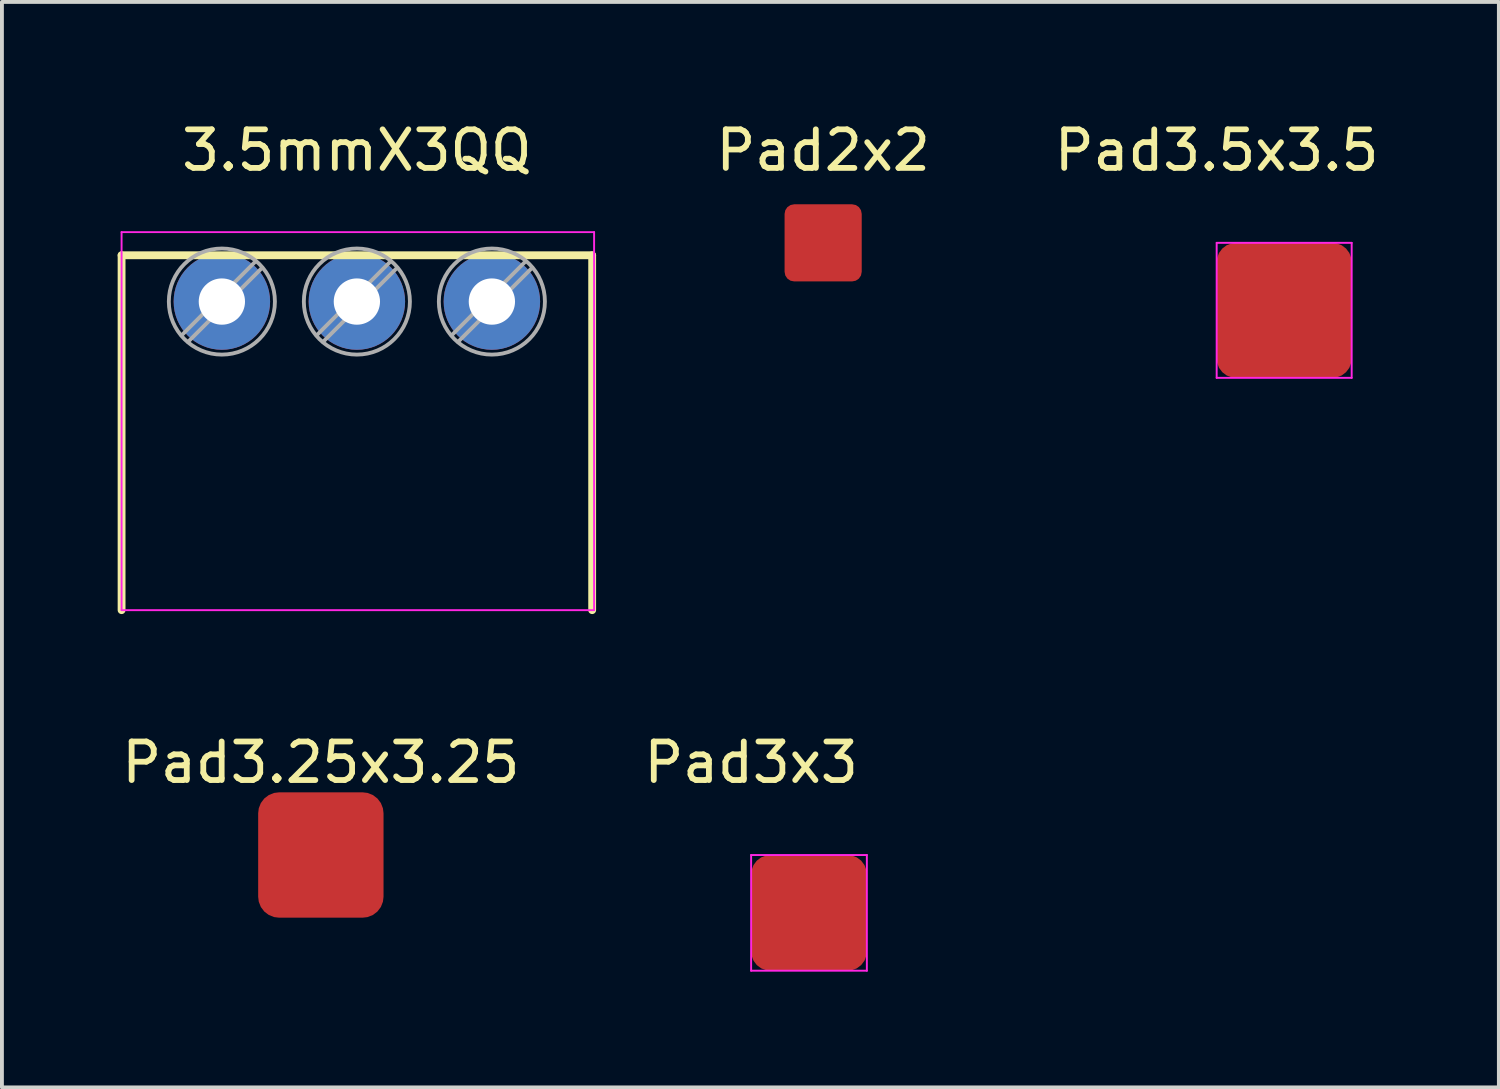
<source format=kicad_pcb>
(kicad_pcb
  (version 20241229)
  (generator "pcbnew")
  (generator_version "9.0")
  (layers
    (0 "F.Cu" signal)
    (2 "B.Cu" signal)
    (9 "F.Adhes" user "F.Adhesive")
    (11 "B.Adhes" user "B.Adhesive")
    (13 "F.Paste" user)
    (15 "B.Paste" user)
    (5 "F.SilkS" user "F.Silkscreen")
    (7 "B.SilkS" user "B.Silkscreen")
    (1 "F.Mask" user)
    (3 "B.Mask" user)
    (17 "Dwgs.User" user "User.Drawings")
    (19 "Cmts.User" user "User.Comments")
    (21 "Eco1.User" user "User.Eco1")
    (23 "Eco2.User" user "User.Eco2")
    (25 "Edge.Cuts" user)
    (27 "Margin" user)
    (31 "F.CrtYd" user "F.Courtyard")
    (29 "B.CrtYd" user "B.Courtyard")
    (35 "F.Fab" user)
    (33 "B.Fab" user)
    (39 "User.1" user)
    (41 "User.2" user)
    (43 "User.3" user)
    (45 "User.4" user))
  (footprint "3.5mmX3QQ"
    (layer "F.Cu")
    (at 2.702 4.768)
    (property "Reference" "3.5mmX3QQ" (at 3.5 -3.92 0) (layer "F.SilkS") (effects (font (size 1 1) (thickness 0.15))))
    (attr through_hole)
    (fp_line (start -2.6 -1.2) (end -2.6 8) (stroke (width 0.203) (type solid)) (layer "F.SilkS"))
    (fp_line (start 9.6 -1.2) (end -2.6 -1.2) (stroke (width 0.203) (type solid)) (layer "F.SilkS"))
    (fp_line (start 9.6 8) (end 9.6 -1.2) (stroke (width 0.203) (type solid)) (layer "F.SilkS"))
    (fp_line (start -2.6 -1.8) (end -2.6 8) (stroke (width 0.05) (type solid)) (layer "F.CrtYd"))
    (fp_line (start -2.6 8) (end 9.65 8) (stroke (width 0.05) (type solid)) (layer "F.CrtYd"))
    (fp_line (start 9.65 -1.8) (end -2.6 -1.8) (stroke (width 0.05) (type solid)) (layer "F.CrtYd"))
    (fp_line (start 9.65 8) (end 9.65 -1.8) (stroke (width 0.05) (type solid)) (layer "F.CrtYd"))
    (fp_line (start 0.875 -1.043) (end -1.043 0.875) (stroke (width 0.1) (type solid)) (layer "F.Fab"))
    (fp_line (start 1.043 -0.875) (end -0.875 1.043) (stroke (width 0.1) (type solid)) (layer "F.Fab"))
    (fp_line (start 4.375 -1.043) (end 2.457 0.875) (stroke (width 0.1) (type solid)) (layer "F.Fab"))
    (fp_line (start 4.543 -0.875) (end 2.625 1.043) (stroke (width 0.1) (type solid)) (layer "F.Fab"))
    (fp_line (start 7.875 -1.043) (end 5.957 0.875) (stroke (width 0.1) (type solid)) (layer "F.Fab"))
    (fp_line (start 8.043 -0.875) (end 6.125 1.043) (stroke (width 0.1) (type solid)) (layer "F.Fab"))
    (fp_circle (center 0 0) (end 1.375 0) (stroke (width 0.1) (type solid)) (fill no) (layer "F.Fab"))
    (fp_circle (center 3.5 0) (end 4.875 0) (stroke (width 0.1) (type solid)) (fill no) (layer "F.Fab"))
    (fp_circle (center 7 0) (end 8.375 0) (stroke (width 0.1) (type solid)) (fill no) (layer "F.Fab"))
    (pad "1" thru_hole circle (at 0 0) (size 2.5 2.5) (drill 1.2) (layers "*.Cu" "*.Mask"))
    (pad "2" thru_hole circle (at 3.5 0) (size 2.5 2.5) (drill 1.2) (layers "*.Cu" "*.Mask"))
    (pad "3" thru_hole circle (at 7 0) (size 2.5 2.5) (drill 1.2) (layers "*.Cu" "*.Mask")))
  (footprint "Pad3.5x3.5"
    (layer "F.Cu")
    (at 28.492 3.246)
    (property "Reference" "Pad3.5x3.5" (at 0 -2.398 0) (layer "F.SilkS") (effects (font (size 1 1) (thickness 0.15))))
    (attr exclude_from_pos_files exclude_from_bom)
    (fp_line (start 0 0) (end 0 3.5) (stroke (width 0.05) (type solid)) (layer "F.CrtYd"))
    (fp_line (start 0 0) (end 3.5 0) (stroke (width 0.05) (type solid)) (layer "F.CrtYd"))
    (fp_line (start 3.5 3.5) (end 0 3.5) (stroke (width 0.05) (type solid)) (layer "F.CrtYd"))
    (fp_line (start 3.5 3.5) (end 3.5 0) (stroke (width 0.05) (type solid)) (layer "F.CrtYd"))
    (pad "1" smd roundrect (at 1.75 1.75) (size 3.5 3.5) (layers "F.Cu" "F.Mask") (roundrect_rratio 0.143)))
  (footprint "Pad3x3"
    (layer "F.Cu")
    (at 16.423 19.116)
    (property "Reference" "Pad3x3" (at 0 -2.398 0) (layer "F.SilkS") (effects (font (size 1 1) (thickness 0.15))))
    (attr exclude_from_pos_files exclude_from_bom)
    (fp_line (start 0 0) (end 0 3) (stroke (width 0.05) (type solid)) (layer "F.CrtYd"))
    (fp_line (start 0 0) (end 3 0) (stroke (width 0.05) (type solid)) (layer "F.CrtYd"))
    (fp_line (start 3 3) (end 0 3) (stroke (width 0.05) (type solid)) (layer "F.CrtYd"))
    (fp_line (start 3 3) (end 3 0) (stroke (width 0.05) (type solid)) (layer "F.CrtYd"))
    (pad "1" smd roundrect (at 1.5 1.5) (size 3 3) (layers "F.Cu" "F.Mask") (roundrect_rratio 0.167)))
  (footprint "Pad2x2"
    (layer "F.Cu")
    (at 18.29 3.246)
    (property "Reference" "Pad2x2" (at 0 -2.398 0) (layer "F.SilkS") (effects (font (size 1 1) (thickness 0.15))))
    (attr exclude_from_pos_files exclude_from_bom)
    (pad "1" smd roundrect (at 0 0) (size 2 2) (layers "F.Cu" "F.Mask") (roundrect_rratio 0.125)))
  (footprint "Pad3.25x3.25"
    (layer "F.Cu")
    (at 5.268 19.116)
    (property "Reference" "Pad3.25x3.25" (at 0 -2.398 0) (layer "F.SilkS") (effects (font (size 1 1) (thickness 0.15))))
    (attr exclude_from_pos_files exclude_from_bom)
    (pad "1" smd roundrect (at 0 0) (size 3.25 3.25) (layers "F.Cu" "F.Mask") (roundrect_rratio 0.167)))
  (gr_rect
    (start -3 -3)
    (end 35.808 25.141)
    (stroke (width 0.1) (type default))
    (fill no)
    (layer "Edge.Cuts")))
</source>
